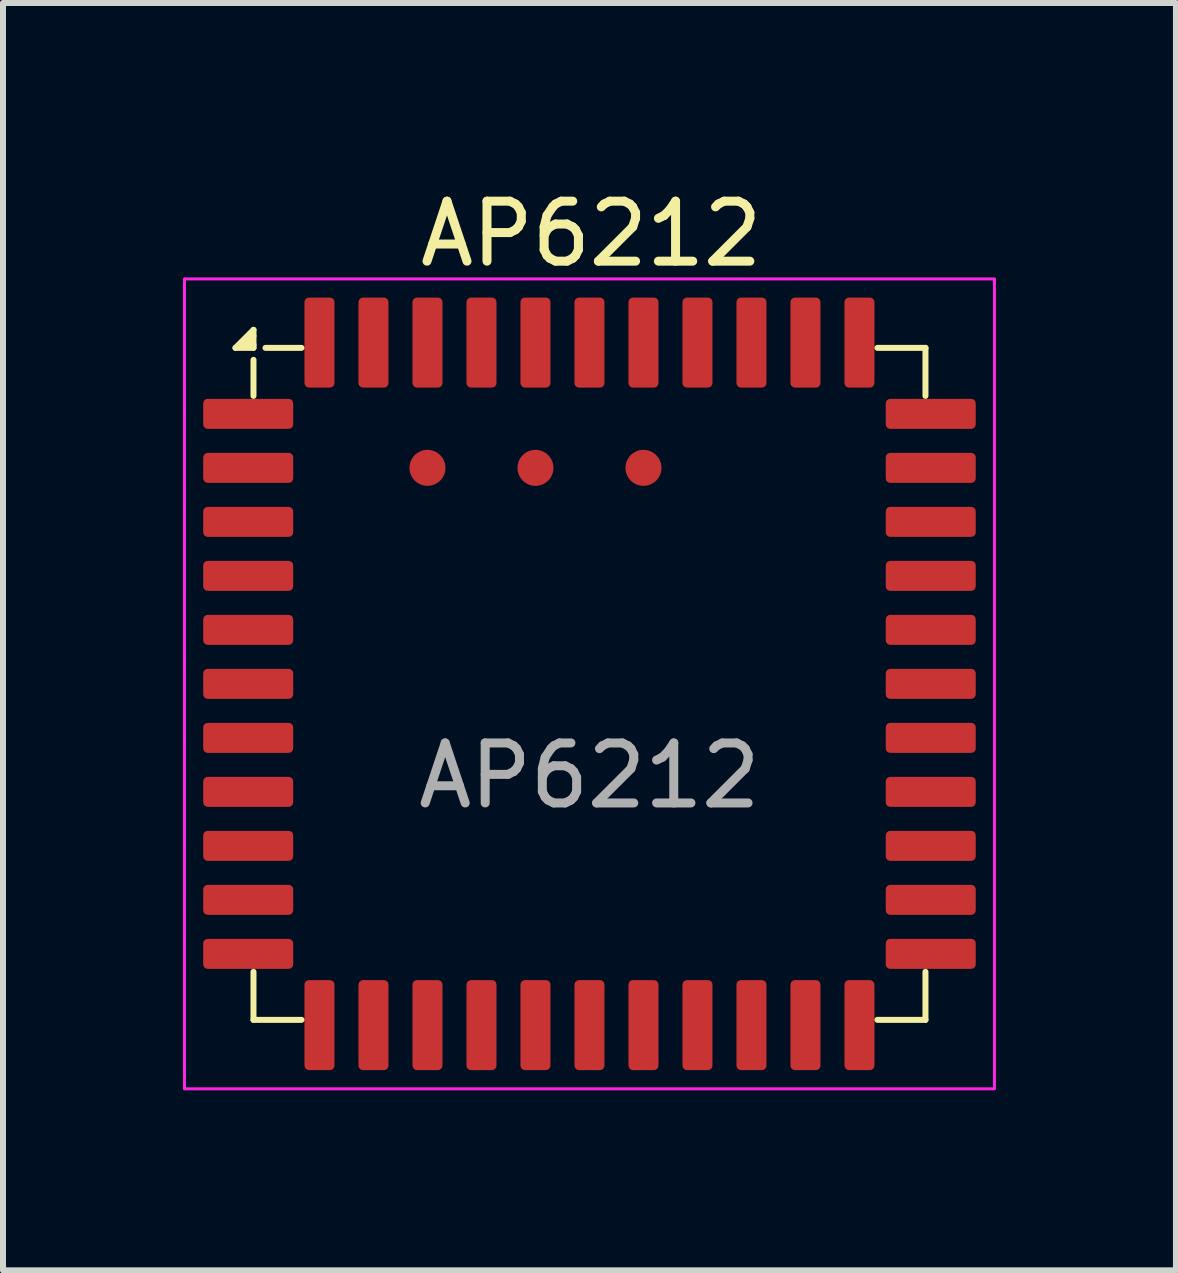
<source format=kicad_pcb>
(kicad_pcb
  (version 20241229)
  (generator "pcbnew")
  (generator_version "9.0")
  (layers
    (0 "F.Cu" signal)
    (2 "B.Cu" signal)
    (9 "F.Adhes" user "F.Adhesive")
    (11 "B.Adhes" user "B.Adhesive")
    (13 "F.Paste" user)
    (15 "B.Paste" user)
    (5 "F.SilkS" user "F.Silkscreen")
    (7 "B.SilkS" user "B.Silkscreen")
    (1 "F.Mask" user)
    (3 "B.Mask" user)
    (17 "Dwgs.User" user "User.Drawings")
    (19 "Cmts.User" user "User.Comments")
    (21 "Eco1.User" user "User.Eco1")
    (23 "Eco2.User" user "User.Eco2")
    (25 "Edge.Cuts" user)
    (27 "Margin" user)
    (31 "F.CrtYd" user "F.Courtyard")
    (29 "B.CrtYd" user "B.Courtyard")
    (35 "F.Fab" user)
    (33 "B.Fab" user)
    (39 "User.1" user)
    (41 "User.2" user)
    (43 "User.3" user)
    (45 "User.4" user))
  (footprint "AP6212"
    (layer "F.Cu")
    (at 6.775 8.348)
    (property "Reference" "AP6212" (at 0.03 -7.5 0) (unlocked yes) (layer "F.SilkS") (effects (font (size 1 1) (thickness 0.15))))
    (attr smd)
    (fp_line (start -5.9 -5.6) (end -5.6 -5.9) (stroke (width 0.1) (type default)) (layer "F.SilkS"))
    (fp_line (start -5.9 -5.6) (end -5.6 -5.6) (stroke (width 0.1) (type default)) (layer "F.SilkS"))
    (fp_line (start -5.75 -5.65) (end -5.6 -5.65) (stroke (width 0.1) (type default)) (layer "F.SilkS"))
    (fp_line (start -5.6 -5.8) (end -5.75 -5.65) (stroke (width 0.1) (type default)) (layer "F.SilkS"))
    (fp_line (start -5.6 -5.6) (end -5.6 -5.9) (stroke (width 0.1) (type default)) (layer "F.SilkS"))
    (fp_line (start -5.6 -4.8) (end -5.6 -5.4) (stroke (width 0.1) (type default)) (layer "F.SilkS"))
    (fp_line (start -5.6 5.6) (end -5.6 4.8) (stroke (width 0.1) (type default)) (layer "F.SilkS"))
    (fp_line (start -5.4 -5.6) (end -4.8 -5.6) (stroke (width 0.1) (type default)) (layer "F.SilkS"))
    (fp_line (start -4.8 5.6) (end -5.6 5.6) (stroke (width 0.1) (type default)) (layer "F.SilkS"))
    (fp_line (start 4.8 5.6) (end 5.6 5.6) (stroke (width 0.1) (type default)) (layer "F.SilkS"))
    (fp_line (start 5.6 -5.6) (end 4.8 -5.6) (stroke (width 0.1) (type default)) (layer "F.SilkS"))
    (fp_line (start 5.6 -4.8) (end 5.6 -5.6) (stroke (width 0.1) (type default)) (layer "F.SilkS"))
    (fp_line (start 5.6 5.6) (end 5.6 4.8) (stroke (width 0.1) (type default)) (layer "F.SilkS"))
    (fp_rect (start -6.75 -6.75) (end 6.75 6.75) (stroke (width 0.05) (type solid)) (fill no) (layer "F.CrtYd"))
    (fp_text user "${REFERENCE}" (at 0 1.53 0) (unlocked yes) (layer "F.Fab") (effects (font (size 1 1) (thickness 0.15))))
    (pad "1" smd roundrect (at -5.688 -4.5) (size 1.5 0.5) (layers "F.Cu" "F.Mask" "F.Paste") (roundrect_rratio 0.15))
    (pad "2" smd roundrect (at -5.688 -3.6) (size 1.5 0.5) (layers "F.Cu" "F.Mask" "F.Paste") (roundrect_rratio 0.15))
    (pad "3" smd roundrect (at -5.688 -2.7) (size 1.5 0.5) (layers "F.Cu" "F.Mask" "F.Paste") (roundrect_rratio 0.15))
    (pad "4" smd roundrect (at -5.688 -1.8) (size 1.5 0.5) (layers "F.Cu" "F.Mask" "F.Paste") (roundrect_rratio 0.15))
    (pad "5" smd roundrect (at -5.688 -0.9) (size 1.5 0.5) (layers "F.Cu" "F.Mask" "F.Paste") (roundrect_rratio 0.15))
    (pad "6" smd roundrect (at -5.688 0) (size 1.5 0.5) (layers "F.Cu" "F.Mask" "F.Paste") (roundrect_rratio 0.15))
    (pad "7" smd roundrect (at -5.688 0.9) (size 1.5 0.5) (layers "F.Cu" "F.Mask" "F.Paste") (roundrect_rratio 0.15))
    (pad "8" smd roundrect (at -5.688 1.8) (size 1.5 0.5) (layers "F.Cu" "F.Mask" "F.Paste") (roundrect_rratio 0.15))
    (pad "9" smd roundrect (at -5.688 2.7) (size 1.5 0.5) (layers "F.Cu" "F.Mask" "F.Paste") (roundrect_rratio 0.15))
    (pad "10" smd roundrect (at -5.688 3.6) (size 1.5 0.5) (layers "F.Cu" "F.Mask" "F.Paste") (roundrect_rratio 0.15))
    (pad "11" smd roundrect (at -5.688 4.5) (size 1.5 0.5) (layers "F.Cu" "F.Mask" "F.Paste") (roundrect_rratio 0.15))
    (pad "12" smd roundrect (at -4.5 5.688 90) (size 1.5 0.5) (layers "F.Cu" "F.Mask" "F.Paste") (roundrect_rratio 0.15))
    (pad "13" smd roundrect (at -3.6 5.688 90) (size 1.5 0.5) (layers "F.Cu" "F.Mask" "F.Paste") (roundrect_rratio 0.15))
    (pad "14" smd roundrect (at -2.7 5.688 90) (size 1.5 0.5) (layers "F.Cu" "F.Mask" "F.Paste") (roundrect_rratio 0.15))
    (pad "15" smd roundrect (at -1.8 5.688 90) (size 1.5 0.5) (layers "F.Cu" "F.Mask" "F.Paste") (roundrect_rratio 0.15))
    (pad "16" smd roundrect (at -0.9 5.688 90) (size 1.5 0.5) (layers "F.Cu" "F.Mask" "F.Paste") (roundrect_rratio 0.15))
    (pad "17" smd roundrect (at 0 5.688 90) (size 1.5 0.5) (layers "F.Cu" "F.Mask" "F.Paste") (roundrect_rratio 0.15))
    (pad "18" smd roundrect (at 0.9 5.688 90) (size 1.5 0.5) (layers "F.Cu" "F.Mask" "F.Paste") (roundrect_rratio 0.15))
    (pad "19" smd roundrect (at 1.8 5.688 90) (size 1.5 0.5) (layers "F.Cu" "F.Mask" "F.Paste") (roundrect_rratio 0.15))
    (pad "20" smd roundrect (at 2.7 5.688 90) (size 1.5 0.5) (layers "F.Cu" "F.Mask" "F.Paste") (roundrect_rratio 0.15))
    (pad "21" smd roundrect (at 3.6 5.688 90) (size 1.5 0.5) (layers "F.Cu" "F.Mask" "F.Paste") (roundrect_rratio 0.15))
    (pad "22" smd roundrect (at 4.5 5.688 90) (size 1.5 0.5) (layers "F.Cu" "F.Mask" "F.Paste") (roundrect_rratio 0.15))
    (pad "23" smd roundrect (at 5.688 4.5 180) (size 1.5 0.5) (layers "F.Cu" "F.Mask" "F.Paste") (roundrect_rratio 0.15))
    (pad "24" smd roundrect (at 5.688 3.6 180) (size 1.5 0.5) (layers "F.Cu" "F.Mask" "F.Paste") (roundrect_rratio 0.15))
    (pad "25" smd roundrect (at 5.688 2.7 180) (size 1.5 0.5) (layers "F.Cu" "F.Mask" "F.Paste") (roundrect_rratio 0.15))
    (pad "26" smd roundrect (at 5.688 1.8 180) (size 1.5 0.5) (layers "F.Cu" "F.Mask" "F.Paste") (roundrect_rratio 0.15))
    (pad "27" smd roundrect (at 5.688 0.9 180) (size 1.5 0.5) (layers "F.Cu" "F.Mask" "F.Paste") (roundrect_rratio 0.15))
    (pad "28" smd roundrect (at 5.688 0 180) (size 1.5 0.5) (layers "F.Cu" "F.Mask" "F.Paste") (roundrect_rratio 0.15))
    (pad "29" smd roundrect (at 5.688 -0.9 180) (size 1.5 0.5) (layers "F.Cu" "F.Mask" "F.Paste") (roundrect_rratio 0.15))
    (pad "30" smd roundrect (at 5.688 -1.8 180) (size 1.5 0.5) (layers "F.Cu" "F.Mask" "F.Paste") (roundrect_rratio 0.15))
    (pad "31" smd roundrect (at 5.688 -2.7 180) (size 1.5 0.5) (layers "F.Cu" "F.Mask" "F.Paste") (roundrect_rratio 0.15))
    (pad "32" smd roundrect (at 5.688 -3.6 180) (size 1.5 0.5) (layers "F.Cu" "F.Mask" "F.Paste") (roundrect_rratio 0.15))
    (pad "33" smd roundrect (at 5.688 -4.5 180) (size 1.5 0.5) (layers "F.Cu" "F.Mask" "F.Paste") (roundrect_rratio 0.15))
    (pad "34" smd roundrect (at 4.5 -5.688 270) (size 1.5 0.5) (layers "F.Cu" "F.Mask" "F.Paste") (roundrect_rratio 0.15))
    (pad "35" smd roundrect (at 3.6 -5.688 270) (size 1.5 0.5) (layers "F.Cu" "F.Mask" "F.Paste") (roundrect_rratio 0.15))
    (pad "36" smd roundrect (at 2.7 -5.688 270) (size 1.5 0.5) (layers "F.Cu" "F.Mask" "F.Paste") (roundrect_rratio 0.15))
    (pad "37" smd roundrect (at 1.8 -5.688 270) (size 1.5 0.5) (layers "F.Cu" "F.Mask" "F.Paste") (roundrect_rratio 0.15))
    (pad "38" smd roundrect (at 0.9 -5.688 270) (size 1.5 0.5) (layers "F.Cu" "F.Mask" "F.Paste") (roundrect_rratio 0.15))
    (pad "39" smd roundrect (at 0 -5.688 270) (size 1.5 0.5) (layers "F.Cu" "F.Mask" "F.Paste") (roundrect_rratio 0.15))
    (pad "40" smd roundrect (at -0.9 -5.688 270) (size 1.5 0.5) (layers "F.Cu" "F.Mask" "F.Paste") (roundrect_rratio 0.15))
    (pad "41" smd roundrect (at -1.8 -5.688 270) (size 1.5 0.5) (layers "F.Cu" "F.Mask" "F.Paste") (roundrect_rratio 0.15))
    (pad "42" smd roundrect (at -2.7 -5.688 270) (size 1.5 0.5) (layers "F.Cu" "F.Mask" "F.Paste") (roundrect_rratio 0.15))
    (pad "43" smd roundrect (at -3.6 -5.688 270) (size 1.5 0.5) (layers "F.Cu" "F.Mask" "F.Paste") (roundrect_rratio 0.15))
    (pad "44" smd roundrect (at -4.5 -5.688 270) (size 1.5 0.5) (layers "F.Cu" "F.Mask" "F.Paste") (roundrect_rratio 0.15))
    (pad "45" smd circle (at -2.7 -3.6) (size 0.6 0.6) (layers "F.Cu" "F.Mask" "F.Paste"))
    (pad "46" smd circle (at -0.9 -3.6) (size 0.6 0.6) (layers "F.Cu" "F.Mask" "F.Paste"))
    (pad "47" smd circle (at 0.9 -3.6) (size 0.6 0.6) (layers "F.Cu" "F.Mask" "F.Paste")))
  (gr_rect
    (start -3 -3)
    (end 16.55 18.123)
    (stroke (width 0.1) (type default))
    (fill no)
    (layer "Edge.Cuts")))
</source>
